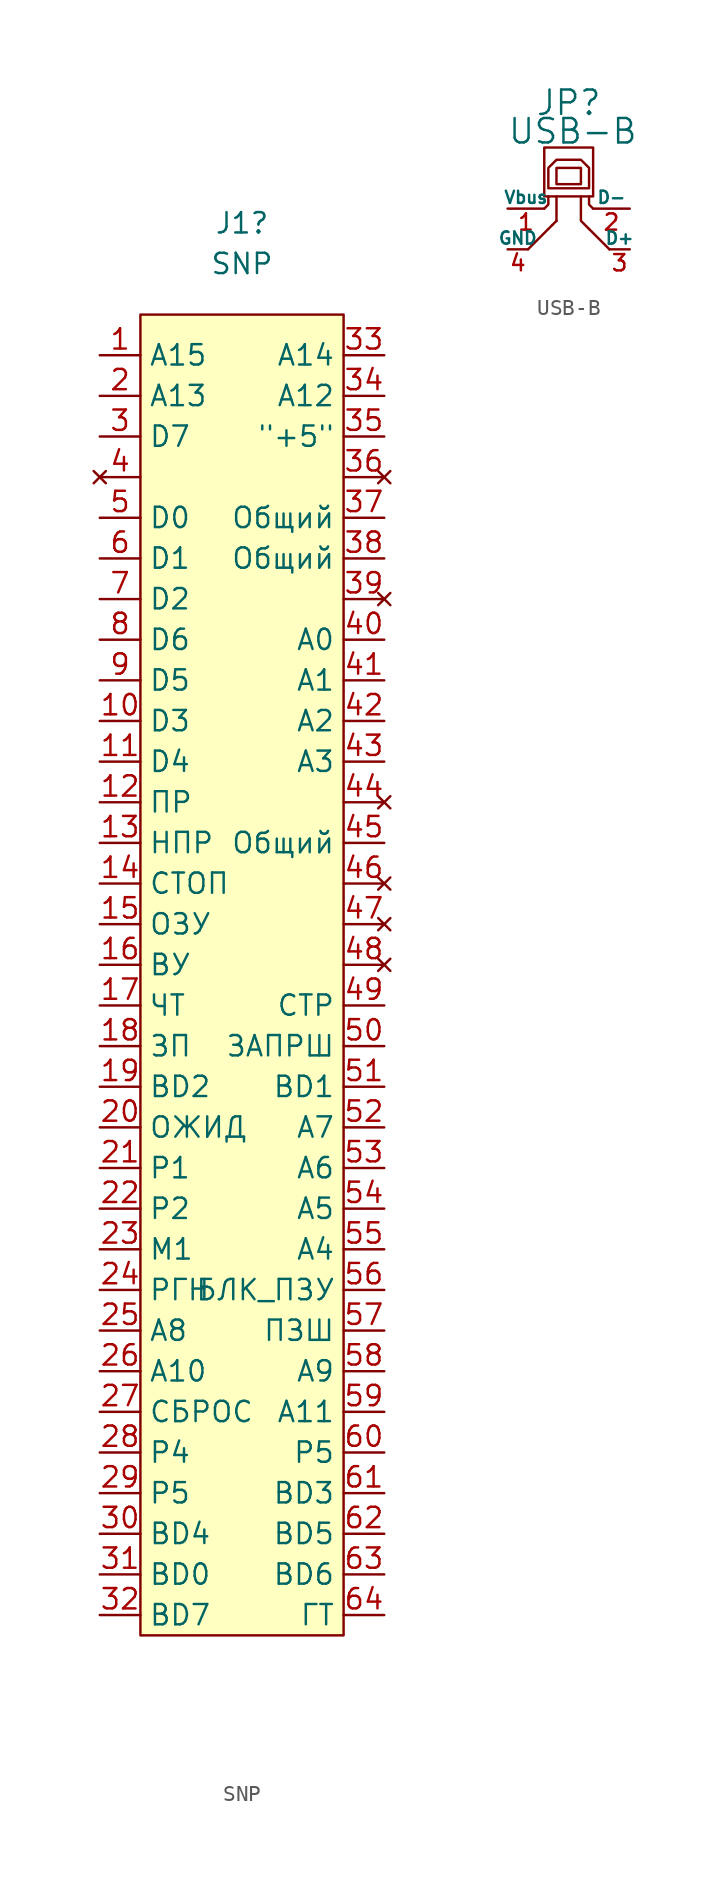
<source format=kicad_sym>
(kicad_symbol_lib
  (version 20211014)
  (generator kicad_symbol_editor)
  (symbol "SNP"
    (property "Reference" "J1"
      (at 0 43.815 0)
      (effects (font (size 1.27 1.27))))
    (property "Value" "SNP"
      (at 0 41.275 0)
      (effects (font (size 1.27 1.27))))
    (symbol "SNP_0_1"
      (rectangle (start -6.35 38.1) (end 6.35 -44.45) (stroke (width 0) (type default) (color 0 0 0 0)) (fill (type background))))
    (symbol "SNP_1_1"
      (pin bidirectional line (at -8.89 35.56 0) (length 2.54) (name "A15" (effects (font (size 1.27 1.27)))) (number "1" (effects (font (size 1.27 1.27)))))
      (pin bidirectional line (at -8.89 12.7 0) (length 2.54) (name "D3" (effects (font (size 1.27 1.27)))) (number "10" (effects (font (size 1.27 1.27)))))
      (pin bidirectional line (at -8.89 10.16 0) (length 2.54) (name "D4" (effects (font (size 1.27 1.27)))) (number "11" (effects (font (size 1.27 1.27)))))
      (pin bidirectional line (at -8.89 7.62 0) (length 2.54) (name "ПР" (effects (font (size 1.27 1.27)))) (number "12" (effects (font (size 1.27 1.27)))))
      (pin bidirectional line (at -8.89 5.08 0) (length 2.54) (name "НПР" (effects (font (size 1.27 1.27)))) (number "13" (effects (font (size 1.27 1.27)))))
      (pin bidirectional line (at -8.89 2.54 0) (length 2.54) (name "СТОП" (effects (font (size 1.27 1.27)))) (number "14" (effects (font (size 1.27 1.27)))))
      (pin bidirectional line (at -8.89 0 0) (length 2.54) (name "ОЗУ" (effects (font (size 1.27 1.27)))) (number "15" (effects (font (size 1.27 1.27)))))
      (pin bidirectional line (at -8.89 -2.54 0) (length 2.54) (name "ВУ" (effects (font (size 1.27 1.27)))) (number "16" (effects (font (size 1.27 1.27)))))
      (pin bidirectional line (at -8.89 -5.08 0) (length 2.54) (name "ЧТ" (effects (font (size 1.27 1.27)))) (number "17" (effects (font (size 1.27 1.27)))))
      (pin bidirectional line (at -8.89 -7.62 0) (length 2.54) (name "ЗП" (effects (font (size 1.27 1.27)))) (number "18" (effects (font (size 1.27 1.27)))))
      (pin bidirectional line (at -8.89 -10.16 0) (length 2.54) (name "BD2" (effects (font (size 1.27 1.27)))) (number "19" (effects (font (size 1.27 1.27)))))
      (pin bidirectional line (at -8.89 33.02 0) (length 2.54) (name "A13" (effects (font (size 1.27 1.27)))) (number "2" (effects (font (size 1.27 1.27)))))
      (pin bidirectional line (at -8.89 -12.7 0) (length 2.54) (name "ОЖИД" (effects (font (size 1.27 1.27)))) (number "20" (effects (font (size 1.27 1.27)))))
      (pin bidirectional line (at -8.89 -15.24 0) (length 2.54) (name "P1" (effects (font (size 1.27 1.27)))) (number "21" (effects (font (size 1.27 1.27)))))
      (pin bidirectional line (at -8.89 -17.78 0) (length 2.54) (name "P2" (effects (font (size 1.27 1.27)))) (number "22" (effects (font (size 1.27 1.27)))))
      (pin bidirectional line (at -8.89 -20.32 0) (length 2.54) (name "М1" (effects (font (size 1.27 1.27)))) (number "23" (effects (font (size 1.27 1.27)))))
      (pin bidirectional line (at -8.89 -22.86 0) (length 2.54) (name "РГН" (effects (font (size 1.27 1.27)))) (number "24" (effects (font (size 1.27 1.27)))))
      (pin bidirectional line (at -8.89 -25.4 0) (length 2.54) (name "A8" (effects (font (size 1.27 1.27)))) (number "25" (effects (font (size 1.27 1.27)))))
      (pin bidirectional line (at -8.89 -27.94 0) (length 2.54) (name "A10" (effects (font (size 1.27 1.27)))) (number "26" (effects (font (size 1.27 1.27)))))
      (pin bidirectional line (at -8.89 -30.48 0) (length 2.54) (name "СБРОС" (effects (font (size 1.27 1.27)))) (number "27" (effects (font (size 1.27 1.27)))))
      (pin bidirectional line (at -8.89 -33.02 0) (length 2.54) (name "P4" (effects (font (size 1.27 1.27)))) (number "28" (effects (font (size 1.27 1.27)))))
      (pin bidirectional line (at -8.89 -35.56 0) (length 2.54) (name "P5" (effects (font (size 1.27 1.27)))) (number "29" (effects (font (size 1.27 1.27)))))
      (pin bidirectional line (at -8.89 30.48 0) (length 2.54) (name "D7" (effects (font (size 1.27 1.27)))) (number "3" (effects (font (size 1.27 1.27)))))
      (pin bidirectional line (at -8.89 -38.1 0) (length 2.54) (name "BD4" (effects (font (size 1.27 1.27)))) (number "30" (effects (font (size 1.27 1.27)))))
      (pin bidirectional line (at -8.89 -40.64 0) (length 2.54) (name "BD0" (effects (font (size 1.27 1.27)))) (number "31" (effects (font (size 1.27 1.27)))))
      (pin bidirectional line (at -8.89 -43.18 0) (length 2.54) (name "BD7" (effects (font (size 1.27 1.27)))) (number "32" (effects (font (size 1.27 1.27)))))
      (pin bidirectional line (at 8.89 35.56 180) (length 2.54) (name "A14" (effects (font (size 1.27 1.27)))) (number "33" (effects (font (size 1.27 1.27)))))
      (pin bidirectional line (at 8.89 33.02 180) (length 2.54) (name "A12" (effects (font (size 1.27 1.27)))) (number "34" (effects (font (size 1.27 1.27)))))
      (pin power_in line (at 8.89 30.48 180) (length 2.54) (name "\"+5\"" (effects (font (size 1.27 1.27)))) (number "35" (effects (font (size 1.27 1.27)))))
      (pin no_connect line (at 8.89 27.94 180) (length 2.54) (name "" (effects (font (size 1.27 1.27)))) (number "36" (effects (font (size 1.27 1.27)))))
      (pin power_in line (at 8.89 25.4 180) (length 2.54) (name "Общий" (effects (font (size 1.27 1.27)))) (number "37" (effects (font (size 1.27 1.27)))))
      (pin power_in line (at 8.89 22.86 180) (length 2.54) (name "Общий" (effects (font (size 1.27 1.27)))) (number "38" (effects (font (size 1.27 1.27)))))
      (pin no_connect line (at 8.89 20.32 180) (length 2.54) (name "" (effects (font (size 1.27 1.27)))) (number "39" (effects (font (size 1.27 1.27)))))
      (pin no_connect line (at -8.89 27.94 0) (length 2.54) (name "" (effects (font (size 1.27 1.27)))) (number "4" (effects (font (size 1.27 1.27)))))
      (pin bidirectional line (at 8.89 17.78 180) (length 2.54) (name "A0" (effects (font (size 1.27 1.27)))) (number "40" (effects (font (size 1.27 1.27)))))
      (pin bidirectional line (at 8.89 15.24 180) (length 2.54) (name "A1" (effects (font (size 1.27 1.27)))) (number "41" (effects (font (size 1.27 1.27)))))
      (pin bidirectional line (at 8.89 12.7 180) (length 2.54) (name "A2" (effects (font (size 1.27 1.27)))) (number "42" (effects (font (size 1.27 1.27)))))
      (pin bidirectional line (at 8.89 10.16 180) (length 2.54) (name "A3" (effects (font (size 1.27 1.27)))) (number "43" (effects (font (size 1.27 1.27)))))
      (pin no_connect line (at 8.89 7.62 180) (length 2.54) (name "" (effects (font (size 1.27 1.27)))) (number "44" (effects (font (size 1.27 1.27)))))
      (pin power_in line (at 8.89 5.08 180) (length 2.54) (name "Общий" (effects (font (size 1.27 1.27)))) (number "45" (effects (font (size 1.27 1.27)))))
      (pin no_connect line (at 8.89 2.54 180) (length 2.54) (name "" (effects (font (size 1.27 1.27)))) (number "46" (effects (font (size 1.27 1.27)))))
      (pin no_connect line (at 8.89 0 180) (length 2.54) (name "" (effects (font (size 1.27 1.27)))) (number "47" (effects (font (size 1.27 1.27)))))
      (pin no_connect line (at 8.89 -2.54 180) (length 2.54) (name "" (effects (font (size 1.27 1.27)))) (number "48" (effects (font (size 1.27 1.27)))))
      (pin bidirectional line (at 8.89 -5.08 180) (length 2.54) (name "СТР" (effects (font (size 1.27 1.27)))) (number "49" (effects (font (size 1.27 1.27)))))
      (pin bidirectional line (at -8.89 25.4 0) (length 2.54) (name "D0" (effects (font (size 1.27 1.27)))) (number "5" (effects (font (size 1.27 1.27)))))
      (pin bidirectional line (at 8.89 -7.62 180) (length 2.54) (name "ЗАПРШ" (effects (font (size 1.27 1.27)))) (number "50" (effects (font (size 1.27 1.27)))))
      (pin bidirectional line (at 8.89 -10.16 180) (length 2.54) (name "BD1" (effects (font (size 1.27 1.27)))) (number "51" (effects (font (size 1.27 1.27)))))
      (pin bidirectional line (at 8.89 -12.7 180) (length 2.54) (name "A7" (effects (font (size 1.27 1.27)))) (number "52" (effects (font (size 1.27 1.27)))))
      (pin bidirectional line (at 8.89 -15.24 180) (length 2.54) (name "A6" (effects (font (size 1.27 1.27)))) (number "53" (effects (font (size 1.27 1.27)))))
      (pin bidirectional line (at 8.89 -17.78 180) (length 2.54) (name "A5" (effects (font (size 1.27 1.27)))) (number "54" (effects (font (size 1.27 1.27)))))
      (pin bidirectional line (at 8.89 -20.32 180) (length 2.54) (name "A4" (effects (font (size 1.27 1.27)))) (number "55" (effects (font (size 1.27 1.27)))))
      (pin bidirectional line (at 8.89 -22.86 180) (length 2.54) (name "БЛК_ПЗУ" (effects (font (size 1.27 1.27)))) (number "56" (effects (font (size 1.27 1.27)))))
      (pin bidirectional line (at 8.89 -25.4 180) (length 2.54) (name "ПЗШ" (effects (font (size 1.27 1.27)))) (number "57" (effects (font (size 1.27 1.27)))))
      (pin bidirectional line (at 8.89 -27.94 180) (length 2.54) (name "A9" (effects (font (size 1.27 1.27)))) (number "58" (effects (font (size 1.27 1.27)))))
      (pin bidirectional line (at 8.89 -30.48 180) (length 2.54) (name "A11" (effects (font (size 1.27 1.27)))) (number "59" (effects (font (size 1.27 1.27)))))
      (pin bidirectional line (at -8.89 22.86 0) (length 2.54) (name "D1" (effects (font (size 1.27 1.27)))) (number "6" (effects (font (size 1.27 1.27)))))
      (pin bidirectional line (at 8.89 -33.02 180) (length 2.54) (name "P5" (effects (font (size 1.27 1.27)))) (number "60" (effects (font (size 1.27 1.27)))))
      (pin bidirectional line (at 8.89 -35.56 180) (length 2.54) (name "BD3" (effects (font (size 1.27 1.27)))) (number "61" (effects (font (size 1.27 1.27)))))
      (pin bidirectional line (at 8.89 -38.1 180) (length 2.54) (name "BD5" (effects (font (size 1.27 1.27)))) (number "62" (effects (font (size 1.27 1.27)))))
      (pin bidirectional line (at 8.89 -40.64 180) (length 2.54) (name "BD6" (effects (font (size 1.27 1.27)))) (number "63" (effects (font (size 1.27 1.27)))))
      (pin bidirectional line (at 8.89 -43.18 180) (length 2.54) (name "ГТ" (effects (font (size 1.27 1.27)))) (number "64" (effects (font (size 1.27 1.27)))))
      (pin bidirectional line (at -8.89 20.32 0) (length 2.54) (name "D2" (effects (font (size 1.27 1.27)))) (number "7" (effects (font (size 1.27 1.27)))))
      (pin bidirectional line (at -8.89 17.78 0) (length 2.54) (name "D6" (effects (font (size 1.27 1.27)))) (number "8" (effects (font (size 1.27 1.27)))))
      (pin bidirectional line (at -8.89 15.24 0) (length 2.54) (name "D5" (effects (font (size 1.27 1.27)))) (number "9" (effects (font (size 1.27 1.27)))))))
  (symbol "USB-B"
    (pin_names
      (offset 0))
    (property "Reference" "JP"
      (at 0 5.334 0)
      (effects (font (size 1.524 1.524))))
    (property "Value" "USB-B"
      (at 0.254 3.556 0)
      (effects (font (size 1.524 1.524))))
    (property "Footprint" ""
      (at 0 0 0)
      (effects (font (size 1.524 1.524))))
    (property "Datasheet" ""
      (at 0 0 0)
      (effects (font (size 1.524 1.524))))
    (symbol "USB-B_0_1"
      (rectangle (start -1.524 2.54) (end 1.524 -0.508) (stroke (width 0) (type default) (color 0 0 0 0)) (fill (type none)))
      (polyline (pts (xy -1.27 -2.54) (xy -2.54 -3.81) (xy -2.54 -3.81)) (stroke (width 0) (type default) (color 0 0 0 0)) (fill (type none)))
      (polyline (pts (xy -1.016 -2.286) (xy -1.27 -2.54) (xy -1.27 -2.54)) (stroke (width 0) (type default) (color 0 0 0 0)) (fill (type none)))
      (polyline (pts (xy -0.762 -2.032) (xy -1.016 -2.286) (xy -1.016 -2.286)) (stroke (width 0) (type default) (color 0 0 0 0)) (fill (type none)))
      (polyline (pts (xy -0.762 -2.032) (xy -0.762 -0.508) (xy -0.762 -0.508)) (stroke (width 0) (type default) (color 0 0 0 0)) (fill (type none)))
      (polyline (pts (xy 2.54 -3.81) (xy 1.27 -2.54) (xy 1.27 -2.54)) (stroke (width 0) (type default) (color 0 0 0 0)) (fill (type none)))
      (polyline (pts (xy -1.27 -0.508) (xy -1.27 -1.016) (xy -1.524 -1.27) (xy -1.524 -1.27)) (stroke (width 0) (type default) (color 0 0 0 0)) (fill (type none)))
      (polyline (pts (xy 0.762 -0.508) (xy 0.762 -2.032) (xy 1.27 -2.54) (xy 1.27 -2.54)) (stroke (width 0) (type default) (color 0 0 0 0)) (fill (type none)))
      (polyline (pts (xy 1.27 -0.508) (xy 1.27 -1.016) (xy 1.524 -1.27) (xy 1.524 -1.27)) (stroke (width 0) (type default) (color 0 0 0 0)) (fill (type none)))
      (polyline (pts (xy -0.762 1.27) (xy -0.762 0.254) (xy 0.762 0.254) (xy 0.762 1.27) (xy -0.762 1.27) (xy -0.762 1.27)) (stroke (width 0) (type default) (color 0 0 0 0)) (fill (type none)))
      (polyline (pts (xy -1.27 0) (xy -1.27 1.27) (xy -0.762 1.778) (xy 0.762 1.778) (xy 1.27 1.27) (xy 1.27 0) (xy -1.27 0) (xy -1.27 0)) (stroke (width 0) (type default) (color 0 0 0 0)) (fill (type none))))
    (symbol "USB-B_1_1"
      (pin power_out line (at -3.81 -1.27 0) (length 2.286) (name "Vbus" (effects (font (size 0.762 0.762)))) (number "1" (effects (font (size 1.016 1.016)))))
      (pin bidirectional line (at 3.81 -1.27 180) (length 2.286) (name "D-" (effects (font (size 0.762 0.762)))) (number "2" (effects (font (size 1.016 1.016)))))
      (pin bidirectional line (at 3.81 -3.81 180) (length 1.27) (name "D+" (effects (font (size 0.762 0.762)))) (number "3" (effects (font (size 1.016 1.016)))))
      (pin power_out line (at -3.81 -3.81 0) (length 1.27) (name "GND" (effects (font (size 0.762 0.762)))) (number "4" (effects (font (size 1.016 1.016))))))))
</source>
